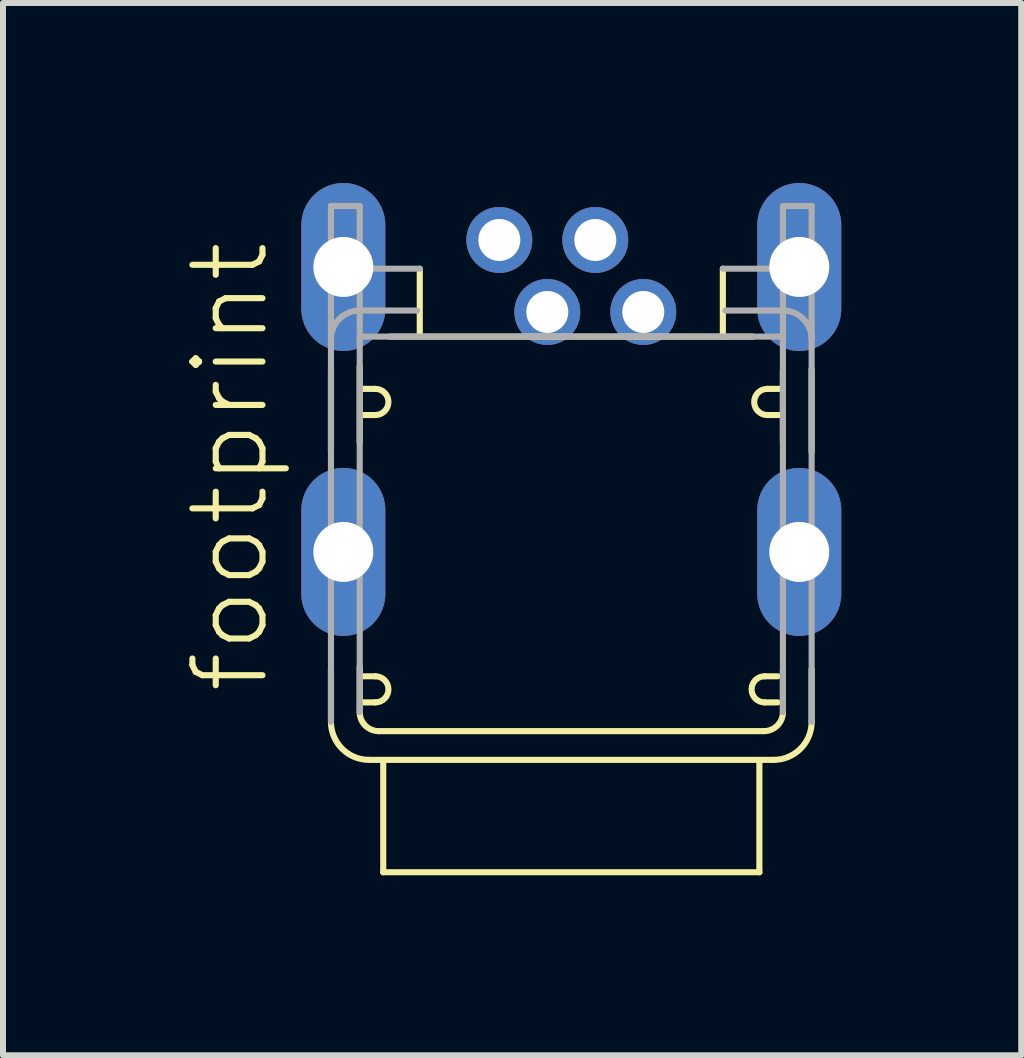
<source format=kicad_pcb>
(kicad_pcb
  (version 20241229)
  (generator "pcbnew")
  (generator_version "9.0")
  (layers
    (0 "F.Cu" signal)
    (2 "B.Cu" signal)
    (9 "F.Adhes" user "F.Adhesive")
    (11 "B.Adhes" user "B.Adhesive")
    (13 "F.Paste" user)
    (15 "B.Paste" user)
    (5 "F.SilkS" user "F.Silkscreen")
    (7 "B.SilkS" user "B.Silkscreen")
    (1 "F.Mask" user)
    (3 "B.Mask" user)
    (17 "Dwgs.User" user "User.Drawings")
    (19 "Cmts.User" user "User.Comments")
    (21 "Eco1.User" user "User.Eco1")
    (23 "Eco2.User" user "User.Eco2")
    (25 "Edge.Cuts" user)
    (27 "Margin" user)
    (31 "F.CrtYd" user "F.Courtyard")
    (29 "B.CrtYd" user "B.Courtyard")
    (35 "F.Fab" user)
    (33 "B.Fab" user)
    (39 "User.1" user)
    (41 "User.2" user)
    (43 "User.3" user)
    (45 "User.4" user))
  (footprint "footprint"
    (layer "F.Cu")
    (at 6.473 9.05)
    (property "Reference" "footprint" (at -5 -0.5 90) (layer "F.SilkS") (effects (font (size 1.168 1.168) (thickness 0.102)) (justify left bottom)))
    (fp_line (start -4.006 -5.945) (end -4.006 -4.569) (stroke (width 0.102) (type solid)) (layer "F.SilkS"))
    (fp_line (start -4.006 -0.945) (end -4.006 -0.069) (stroke (width 0.102) (type solid)) (layer "F.SilkS"))
    (fp_line (start -3.527 -5.989) (end -3.527 -4.73) (stroke (width 0.102) (type solid)) (layer "F.SilkS"))
    (fp_line (start -3.527 -0.989) (end -3.527 -0.23) (stroke (width 0.102) (type solid)) (layer "F.SilkS"))
    (fp_line (start -3.484 -5.618) (end -3.266 -5.618) (stroke (width 0.102) (type solid)) (layer "F.SilkS"))
    (fp_line (start -3.484 -0.827) (end -3.266 -0.827) (stroke (width 0.102) (type solid)) (layer "F.SilkS"))
    (fp_line (start -3.371 0.566) (end 3.371 0.566) (stroke (width 0.102) (type solid)) (layer "F.SilkS"))
    (fp_line (start -3.266 -5.182) (end -3.484 -5.182) (stroke (width 0.102) (type solid)) (layer "F.SilkS"))
    (fp_line (start -3.266 -0.392) (end -3.484 -0.392) (stroke (width 0.102) (type solid)) (layer "F.SilkS"))
    (fp_line (start -3.21 0.087) (end 3.21 0.087) (stroke (width 0.102) (type solid)) (layer "F.SilkS"))
    (fp_line (start -3.135 0.61) (end -3.135 2.439) (stroke (width 0.102) (type solid)) (layer "F.SilkS"))
    (fp_line (start -3.135 2.439) (end 3.135 2.439) (stroke (width 0.102) (type solid)) (layer "F.SilkS"))
    (fp_line (start -2.526 -7.621) (end -2.526 -6.532) (stroke (width 0.102) (type solid)) (layer "F.SilkS"))
    (fp_line (start 2.526 -7.621) (end 2.526 -6.489) (stroke (width 0.102) (type solid)) (layer "F.SilkS"))
    (fp_line (start 3.027 -6.489) (end -3.027 -6.489) (stroke (width 0.102) (type solid)) (layer "F.SilkS"))
    (fp_line (start 3.135 2.439) (end 3.135 0.61) (stroke (width 0.102) (type solid)) (layer "F.SilkS"))
    (fp_line (start 3.223 -0.827) (end 3.44 -0.827) (stroke (width 0.102) (type solid)) (layer "F.SilkS"))
    (fp_line (start 3.266 -5.618) (end 3.484 -5.618) (stroke (width 0.102) (type solid)) (layer "F.SilkS"))
    (fp_line (start 3.44 -0.392) (end 3.223 -0.392) (stroke (width 0.102) (type solid)) (layer "F.SilkS"))
    (fp_line (start 3.484 -5.182) (end 3.266 -5.182) (stroke (width 0.102) (type solid)) (layer "F.SilkS"))
    (fp_line (start 3.527 -4.73) (end 3.527 -5.924) (stroke (width 0.102) (type solid)) (layer "F.SilkS"))
    (fp_line (start 3.527 -0.23) (end 3.527 -0.924) (stroke (width 0.102) (type solid)) (layer "F.SilkS"))
    (fp_line (start 4.006 -4.569) (end 4.006 -5.945) (stroke (width 0.102) (type solid)) (layer "F.SilkS"))
    (fp_line (start 4.006 -0.069) (end 4.006 -0.945) (stroke (width 0.102) (type solid)) (layer "F.SilkS"))
    (fp_arc (start -3.3714 0.5662) (mid -3.820413 0.380213) (end -4.0064 -0.0688) (stroke (width 0.1016) (type solid)) (layer "F.SilkS"))
    (fp_arc (start -3.266 -5.6177) (mid -3.04825 -5.39995) (end -3.266 -5.1822) (stroke (width 0.1016) (type solid)) (layer "F.SilkS"))
    (fp_arc (start -3.266 -0.8274) (mid -3.04825 -0.60965) (end -3.266 -0.3919) (stroke (width 0.1016) (type solid)) (layer "F.SilkS"))
    (fp_arc (start -3.209799 0.087101) (mid -3.434335 -0.005864) (end -3.5273 -0.2304) (stroke (width 0.1016) (type solid)) (layer "F.SilkS"))
    (fp_arc (start 3.2226 -0.3919) (mid 3.00485 -0.60965) (end 3.2226 -0.8274) (stroke (width 0.1016) (type solid)) (layer "F.SilkS"))
    (fp_arc (start 3.2661 -5.1822) (mid 3.04835 -5.39995) (end 3.2661 -5.6177) (stroke (width 0.1016) (type solid)) (layer "F.SilkS"))
    (fp_arc (start 3.527399 -0.230401) (mid 3.434435 -0.005865) (end 3.2099 0.0871) (stroke (width 0.1016) (type solid)) (layer "F.SilkS"))
    (fp_arc (start 4.0064 -0.0688) (mid 3.820413 0.380213) (end 3.3714 0.5662) (stroke (width 0.1016) (type solid)) (layer "F.SilkS"))
    (fp_line (start -4.006 -8.666) (end -4.006 -6.445) (stroke (width 0.102) (type solid)) (layer "F.Fab"))
    (fp_line (start -4.006 -8.666) (end -3.527 -8.666) (stroke (width 0.102) (type solid)) (layer "F.Fab"))
    (fp_line (start -4.006 -6.445) (end -4.006 -0.069) (stroke (width 0.102) (type solid)) (layer "F.Fab"))
    (fp_line (start -3.527 -8.666) (end -3.527 -7.621) (stroke (width 0.102) (type solid)) (layer "F.Fab"))
    (fp_line (start -3.527 -7.621) (end -3.527 -6.489) (stroke (width 0.102) (type solid)) (layer "F.Fab"))
    (fp_line (start -3.527 -7.621) (end -2.526 -7.621) (stroke (width 0.102) (type solid)) (layer "F.Fab"))
    (fp_line (start -3.527 -6.489) (end -3.527 -0.23) (stroke (width 0.102) (type solid)) (layer "F.Fab"))
    (fp_line (start -2.569 -6.924) (end -3.527 -6.924) (stroke (width 0.102) (type solid)) (layer "F.Fab"))
    (fp_line (start 2.569 -6.924) (end 3.527 -6.924) (stroke (width 0.102) (type solid)) (layer "F.Fab"))
    (fp_line (start 3.527 -7.621) (end 2.526 -7.621) (stroke (width 0.102) (type solid)) (layer "F.Fab"))
    (fp_line (start 3.527 -6.924) (end 3.527 -8.666) (stroke (width 0.102) (type solid)) (layer "F.Fab"))
    (fp_line (start 3.527 -6.489) (end -3.527 -6.489) (stroke (width 0.102) (type solid)) (layer "F.Fab"))
    (fp_line (start 3.527 -0.23) (end 3.527 -6.924) (stroke (width 0.102) (type solid)) (layer "F.Fab"))
    (fp_line (start 4.006 -8.666) (end 3.571 -8.666) (stroke (width 0.102) (type solid)) (layer "F.Fab"))
    (fp_line (start 4.006 -6.445) (end 4.006 -8.666) (stroke (width 0.102) (type solid)) (layer "F.Fab"))
    (fp_line (start 4.006 -0.069) (end 4.006 -6.445) (stroke (width 0.102) (type solid)) (layer "F.Fab"))
    (fp_arc (start -4.0064 -6.4451) (mid -3.866104 -6.783804) (end -3.5274 -6.9241) (stroke (width 0.1016) (type solid)) (layer "F.Fab"))
    (fp_arc (start 3.5274 -6.9241) (mid 3.866104 -6.783804) (end 4.0064 -6.4451) (stroke (width 0.1016) (type solid)) (layer "F.Fab"))
    (pad "1" thru_hole circle (at -1.2 -8.1) (size 1.1 1.1) (drill 0.7) (layers "*.Cu" "*.Mask"))
    (pad "2" thru_hole circle (at -0.4 -6.9) (size 1.1 1.1) (drill 0.7) (layers "*.Cu" "*.Mask"))
    (pad "3" thru_hole circle (at 0.4 -8.1) (size 1.1 1.1) (drill 0.7) (layers "*.Cu" "*.Mask"))
    (pad "4" thru_hole circle (at 1.2 -6.9) (size 1.1 1.1) (drill 0.7) (layers "*.Cu" "*.Mask"))
    (pad "M1" thru_hole oval (at -3.8 -2.9 90) (size 2.8 1.4) (drill 1) (layers "*.Cu" "*.Mask"))
    (pad "M2" thru_hole oval (at 3.8 -2.9 90) (size 2.8 1.4) (drill 1) (layers "*.Cu" "*.Mask"))
    (pad "M3" thru_hole oval (at -3.8 -7.65 90) (size 2.8 1.4) (drill 1) (layers "*.Cu" "*.Mask"))
    (pad "M4" thru_hole oval (at 3.8 -7.65 90) (size 2.8 1.4) (drill 1) (layers "*.Cu" "*.Mask")))
  (gr_rect
    (start -3 -3)
    (end 13.973 14.54)
    (stroke (width 0.1) (type default))
    (fill no)
    (layer "Edge.Cuts")))
</source>
